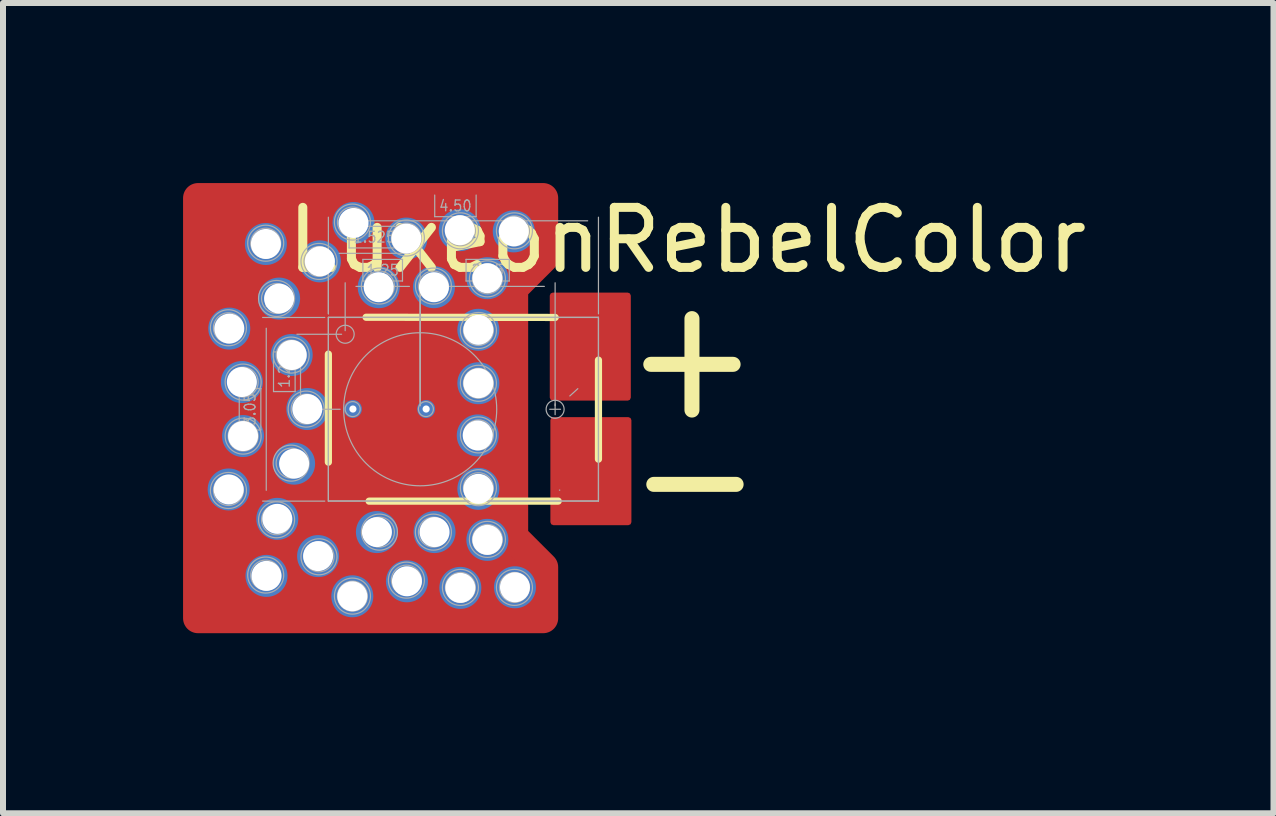
<source format=kicad_pcb>
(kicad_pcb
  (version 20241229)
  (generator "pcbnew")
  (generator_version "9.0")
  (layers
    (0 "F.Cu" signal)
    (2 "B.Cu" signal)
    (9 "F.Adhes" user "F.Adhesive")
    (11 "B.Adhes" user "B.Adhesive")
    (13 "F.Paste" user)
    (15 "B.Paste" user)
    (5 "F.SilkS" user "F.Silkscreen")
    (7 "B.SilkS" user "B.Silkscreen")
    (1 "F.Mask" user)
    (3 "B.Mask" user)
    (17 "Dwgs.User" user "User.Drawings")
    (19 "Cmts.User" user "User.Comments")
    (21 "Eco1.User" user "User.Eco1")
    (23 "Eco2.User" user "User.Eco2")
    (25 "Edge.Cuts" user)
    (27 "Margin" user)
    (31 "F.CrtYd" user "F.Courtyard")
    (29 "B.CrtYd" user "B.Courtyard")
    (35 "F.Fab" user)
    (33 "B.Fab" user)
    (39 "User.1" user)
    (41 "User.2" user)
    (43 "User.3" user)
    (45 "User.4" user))
  (footprint "LuxeonRebelColor"
    (layer "F.Cu")
    (at 3.5 3.75)
    (property "Reference" "LuxeonRebelColor" (at 4.9 -2.8 0) (layer "F.SilkS") (effects (font (size 1 1) (thickness 0.15))))
    (attr through_hole)
    (fp_poly (pts (xy -3.25 -3.5) (xy -3.25 3.5) (xy 2.5 3.5) (xy 2.5 2.65) (xy 2 2.15) (xy 2 -2) (xy 2.5 -2.5) (xy 2.5 -3.5)) (stroke (width 0.5) (type solid)) (fill yes) (layer "F.Cu"))
    (fp_line (start -0.928 -0.939) (end -1.446 -1.456) (stroke (width 0.02) (type solid)) (layer "F.Mask"))
    (fp_line (start -0.928 0.971) (end -1.446 1.489) (stroke (width 0.02) (type solid)) (layer "F.Mask"))
    (fp_line (start -0.899 -0.559) (end -0.899 -0.868) (stroke (width 0.02) (type solid)) (layer "F.Mask"))
    (fp_line (start -0.899 0.591) (end -0.899 0.901) (stroke (width 0.02) (type solid)) (layer "F.Mask"))
    (fp_line (start -0.799 -0.459) (end -0.674 -0.459) (stroke (width 0.02) (type solid)) (layer "F.Mask"))
    (fp_line (start -0.674 0.491) (end -0.799 0.491) (stroke (width 0.02) (type solid)) (layer "F.Mask"))
    (fp_line (start -0.504 -1.363) (end -1.021 -1.881) (stroke (width 0.02) (type solid)) (layer "F.Mask"))
    (fp_line (start -0.504 1.396) (end -1.021 1.914) (stroke (width 0.02) (type solid)) (layer "F.Mask"))
    (fp_line (start -0.433 -1.334) (end 0.671 -1.334) (stroke (width 0.02) (type solid)) (layer "F.Mask"))
    (fp_line (start -0.433 1.366) (end 0.671 1.366) (stroke (width 0.02) (type solid)) (layer "F.Mask"))
    (fp_line (start 0.546 -0.459) (end 0.671 -0.459) (stroke (width 0.02) (type solid)) (layer "F.Mask"))
    (fp_line (start 0.671 0.491) (end 0.546 0.491) (stroke (width 0.02) (type solid)) (layer "F.Mask"))
    (fp_line (start 0.771 -1.234) (end 0.771 -0.559) (stroke (width 0.02) (type solid)) (layer "F.Mask"))
    (fp_line (start 0.771 0.591) (end 0.771 1.266) (stroke (width 0.02) (type solid)) (layer "F.Mask"))
    (fp_line (start 2.671 -0.336) (end 2.671 -1.236) (stroke (width 0.02) (type solid)) (layer "F.Mask"))
    (fp_line (start 2.671 0.366) (end 2.671 1.266) (stroke (width 0.02) (type solid)) (layer "F.Mask"))
    (fp_line (start 2.847 -1.366) (end 3.282 -1.802) (stroke (width 0.02) (type solid)) (layer "F.Mask"))
    (fp_line (start 2.847 1.396) (end 3.282 1.832) (stroke (width 0.02) (type solid)) (layer "F.Mask"))
    (fp_line (start 3.141 -0.236) (end 2.771 -0.236) (stroke (width 0.02) (type solid)) (layer "F.Mask"))
    (fp_line (start 3.141 0.266) (end 2.771 0.266) (stroke (width 0.02) (type solid)) (layer "F.Mask"))
    (fp_line (start 3.241 -0.871) (end 3.241 -0.336) (stroke (width 0.02) (type solid)) (layer "F.Mask"))
    (fp_line (start 3.241 0.901) (end 3.241 0.366) (stroke (width 0.02) (type solid)) (layer "F.Mask"))
    (fp_line (start 3.271 -0.941) (end 3.707 -1.377) (stroke (width 0.02) (type solid)) (layer "F.Mask"))
    (fp_line (start 3.271 0.971) (end 3.707 1.407) (stroke (width 0.02) (type solid)) (layer "F.Mask"))
    (fp_arc (start -1.469815 -1.558875) (mid -1.337503 -1.77238) (end -1.124058 -1.904788) (stroke (width 0.02) (type solid)) (layer "F.Mask"))
    (fp_arc (start -1.46974 1.591984) (mid -1.472322 1.537253) (end -1.445676 1.489377) (stroke (width 0.02) (type solid)) (layer "F.Mask"))
    (fp_arc (start -1.445692 -1.456507) (mid -1.472327 -1.504389) (end -1.469733 -1.559119) (stroke (width 0.02) (type solid)) (layer "F.Mask"))
    (fp_arc (start -1.124034 -1.904796) (mid -1.069303 -1.907375) (end -1.021428 -1.880727) (stroke (width 0.02) (type solid)) (layer "F.Mask"))
    (fp_arc (start -1.123814 1.937756) (mid -1.337321 1.805448) (end -1.469733 1.592005) (stroke (width 0.02) (type solid)) (layer "F.Mask"))
    (fp_arc (start -1.021447 1.913631) (mid -1.069328 1.940267) (end -1.124058 1.937674) (stroke (width 0.02) (type solid)) (layer "F.Mask"))
    (fp_arc (start -0.927807 -0.938598) (mid -0.90613 -0.906156) (end -0.898518 -0.867887) (stroke (width 0.02) (type solid)) (layer "F.Mask"))
    (fp_arc (start -0.898518 0.591418) (mid -0.869229 0.520707) (end -0.798518 0.491418) (stroke (width 0.02) (type solid)) (layer "F.Mask"))
    (fp_arc (start -0.898518 0.90077) (mid -0.906129 0.939039) (end -0.927805 0.971482) (stroke (width 0.02) (type solid)) (layer "F.Mask"))
    (fp_arc (start -0.798518 -0.458582) (mid -0.869229 -0.487871) (end -0.898518 -0.558582) (stroke (width 0.02) (type solid)) (layer "F.Mask"))
    (fp_arc (start -0.673518 -0.458582) (mid -0.337642 -0.319458) (end -0.198518 0.016418) (stroke (width 0.02) (type solid)) (layer "F.Mask"))
    (fp_arc (start -0.503569 1.395729) (mid -0.471127 1.374052) (end -0.432858 1.36644) (stroke (width 0.02) (type solid)) (layer "F.Mask"))
    (fp_arc (start -0.43286 -1.333554) (mid -0.471128 -1.341167) (end -0.50357 -1.362845) (stroke (width 0.02) (type solid)) (layer "F.Mask"))
    (fp_arc (start -0.198518 0.016418) (mid -0.337642 0.352294) (end -0.673518 0.491418) (stroke (width 0.02) (type solid)) (layer "F.Mask"))
    (fp_arc (start 0.071482 0.016418) (mid 0.210606 -0.319458) (end 0.546482 -0.458582) (stroke (width 0.02) (type solid)) (layer "F.Mask"))
    (fp_arc (start 0.546482 0.491418) (mid 0.210606 0.352294) (end 0.071482 0.016418) (stroke (width 0.02) (type solid)) (layer "F.Mask"))
    (fp_arc (start 0.671481 -1.333554) (mid 0.742192 -1.304265) (end 0.771481 -1.233554) (stroke (width 0.02) (type solid)) (layer "F.Mask"))
    (fp_arc (start 0.671482 0.491418) (mid 0.742193 0.520707) (end 0.771482 0.591418) (stroke (width 0.02) (type solid)) (layer "F.Mask"))
    (fp_arc (start 0.771481 -0.558582) (mid 0.742192 -0.487871) (end 0.671481 -0.458582) (stroke (width 0.02) (type solid)) (layer "F.Mask"))
    (fp_arc (start 0.771481 1.26644) (mid 0.742192 1.337151) (end 0.671481 1.36644) (stroke (width 0.02) (type solid)) (layer "F.Mask"))
    (fp_arc (start 2.671478 -1.23639) (mid 2.700767 -1.307101) (end 2.771478 -1.33639) (stroke (width 0.02) (type solid)) (layer "F.Mask"))
    (fp_arc (start 2.671478 0.366392) (mid 2.700767 0.295681) (end 2.771478 0.266392) (stroke (width 0.02) (type solid)) (layer "F.Mask"))
    (fp_arc (start 2.771478 -0.236392) (mid 2.700767 -0.265681) (end 2.671478 -0.336392) (stroke (width 0.02) (type solid)) (layer "F.Mask"))
    (fp_arc (start 2.771478 1.36639) (mid 2.700767 1.337101) (end 2.671478 1.26639) (stroke (width 0.02) (type solid)) (layer "F.Mask"))
    (fp_arc (start 2.775824 1.36639) (mid 2.814092 1.374003) (end 2.846534 1.395681) (stroke (width 0.02) (type solid)) (layer "F.Mask"))
    (fp_arc (start 2.846534 -1.365681) (mid 2.814092 -1.344003) (end 2.775824 -1.33639) (stroke (width 0.02) (type solid)) (layer "F.Mask"))
    (fp_arc (start 3.141479 0.266392) (mid 3.21219 0.295681) (end 3.241479 0.366392) (stroke (width 0.02) (type solid)) (layer "F.Mask"))
    (fp_arc (start 3.241479 -0.336392) (mid 3.21219 -0.265681) (end 3.141479 -0.236392) (stroke (width 0.02) (type solid)) (layer "F.Mask"))
    (fp_arc (start 3.241481 -0.870722) (mid 3.249093 -0.90899) (end 3.27077 -0.941433) (stroke (width 0.02) (type solid)) (layer "F.Mask"))
    (fp_arc (start 3.27077 0.971433) (mid 3.249093 0.938991) (end 3.241481 0.900722) (stroke (width 0.02) (type solid)) (layer "F.Mask"))
    (fp_arc (start 3.282453 -1.80162) (mid 3.323259 -1.826334) (end 3.370871 -1.829331) (stroke (width 0.02) (type solid)) (layer "F.Mask"))
    (fp_arc (start 3.37079 -1.829346) (mid 3.609676 -1.704585) (end 3.734426 -1.465694) (stroke (width 0.02) (type solid)) (layer "F.Mask"))
    (fp_arc (start 3.370871 1.859331) (mid 3.323259 1.856334) (end 3.282453 1.83162) (stroke (width 0.02) (type solid)) (layer "F.Mask"))
    (fp_arc (start 3.706637 1.407321) (mid 3.731385 1.448106) (end 3.734421 1.495716) (stroke (width 0.02) (type solid)) (layer "F.Mask"))
    (fp_arc (start 3.734421 -1.465716) (mid 3.731385 -1.418106) (end 3.706637 -1.377321) (stroke (width 0.02) (type solid)) (layer "F.Mask"))
    (fp_arc (start 3.734426 1.495694) (mid 3.609676 1.734586) (end 3.37079 1.859346) (stroke (width 0.02) (type solid)) (layer "F.Mask"))
    (fp_poly (pts (xy 2.67 0.425) (xy 2.67 0.35) (xy 2.695 0.3) (xy 2.745 0.275) (xy 3.17 0.275) (xy 3.22 0.3) (xy 3.236 0.366) (xy 3.245 0.95) (xy 3.72 1.425) (xy 3.729 1.496) (xy 3.645 1.7) (xy 3.52 1.8) (xy 3.42 1.85) (xy 3.32 1.85) (xy 3.145 1.7) (xy 2.82 1.375) (xy 2.766 1.366) (xy 2.72 1.35) (xy 2.67 1.3)) (stroke (width 0.01) (type solid)) (fill yes) (layer "F.Mask"))
    (fp_poly (pts (xy 2.675 -0.39) (xy 2.675 -0.315) (xy 2.7 -0.265) (xy 2.75 -0.24) (xy 3.175 -0.24) (xy 3.225 -0.265) (xy 3.241 -0.331) (xy 3.25 -0.915) (xy 3.725 -1.39) (xy 3.734 -1.461) (xy 3.65 -1.665) (xy 3.525 -1.765) (xy 3.425 -1.815) (xy 3.325 -1.815) (xy 3.15 -1.665) (xy 2.825 -1.34) (xy 2.771 -1.331) (xy 2.725 -1.315) (xy 2.675 -1.265)) (stroke (width 0.01) (type solid)) (fill yes) (layer "F.Mask"))
    (fp_poly (pts (xy 0.76 -0.565) (xy 0.76 -1.255) (xy 0.73 -1.305) (xy 0.66 -1.325) (xy -0.45 -1.325) (xy -0.51 -1.355) (xy -1.04 -1.885) (xy -1.08 -1.905) (xy -1.15 -1.885) (xy -1.25 -1.835) (xy -1.37 -1.725) (xy -1.44 -1.605) (xy -1.47 -1.535) (xy -1.45 -1.475) (xy -0.91 -0.935) (xy -0.89 -0.895) (xy -0.89 -0.545) (xy -0.87 -0.505) (xy -0.84 -0.475) (xy -0.78 -0.465) (xy -0.63 -0.465) (xy -0.51 -0.445) (xy -0.4 -0.385) (xy -0.29 -0.285) (xy -0.22 -0.165) (xy -0.2 -0.075) (xy -0.19 0.015) (xy -0.2 0.125) (xy -0.24 0.235) (xy -0.34 0.375) (xy -0.47 0.455) (xy -0.57 0.495) (xy -0.7 0.505) (xy -0.82 0.505) (xy -0.86 0.525) (xy -0.88 0.555) (xy -0.89 0.635) (xy -0.89 0.905) (xy -0.9 0.955) (xy -1.45 1.515) (xy -1.46 1.555) (xy -1.45 1.605) (xy -1.39 1.725) (xy -1.28 1.845) (xy -1.13 1.925) (xy -1.07 1.935) (xy -1.02 1.895) (xy -0.5 1.375) (xy -0.44 1.355) (xy 0.69 1.355) (xy 0.73 1.335) (xy 0.76 1.285) (xy 0.76 0.575) (xy 0.74 0.525) (xy 0.7 0.505) (xy 0.46 0.495) (xy 0.36 0.465) (xy 0.26 0.415) (xy 0.17 0.325) (xy 0.11 0.225) (xy 0.07 0.125) (xy 0.06 0.045) (xy 0.06 -0.035) (xy 0.09 -0.165) (xy 0.15 -0.265) (xy 0.24 -0.365) (xy 0.33 -0.415) (xy 0.43 -0.455) (xy 0.54 -0.475) (xy 0.69 -0.465) (xy 0.74 -0.495) (xy 0.76 -0.545)) (stroke (width 0.03) (type solid)) (fill yes) (layer "F.Mask"))
    (fp_line (start -1.079 0.9) (end -1.079 -0.9) (stroke (width 0.12) (type solid)) (layer "F.SilkS"))
    (fp_line (start -0.45 -1.514) (end 2.7 -1.511) (stroke (width 0.12) (type solid)) (layer "F.SilkS"))
    (fp_line (start 2.75 1.549) (end -0.4 1.55) (stroke (width 0.12) (type solid)) (layer "F.SilkS"))
    (fp_line (start 3.421 -0.8) (end 3.421 0.85) (stroke (width 0.12) (type solid)) (layer "F.SilkS"))
    (fp_line (start -2.564 -0.326) (end -2.564 0.364) (stroke (width 0.02) (type solid)) (layer "F.Fab"))
    (fp_line (start -2.564 0.364) (end -2.204 0.364) (stroke (width 0.02) (type solid)) (layer "F.Fab"))
    (fp_line (start -2.204 -0.326) (end -2.564 -0.326) (stroke (width 0.02) (type solid)) (layer "F.Fab"))
    (fp_line (start -2.204 0.364) (end -2.204 -0.326) (stroke (width 0.02) (type solid)) (layer "F.Fab"))
    (fp_line (start -2.114 -1.691) (end -2.114 -1.882) (stroke (width 0.02) (type solid)) (layer "F.Fab"))
    (fp_line (start -2.114 1.369) (end -2.114 -1.331) (stroke (width 0.02) (type solid)) (layer "F.Fab"))
    (fp_line (start -2.027 -2.676) (end -2.219 -2.82) (stroke (width 0.02) (type solid)) (layer "F.Fab"))
    (fp_line (start -1.993 -0.936) (end -1.993 -0.276) (stroke (width 0.02) (type solid)) (layer "F.Fab"))
    (fp_line (start -1.993 -0.276) (end -1.633 -0.276) (stroke (width 0.02) (type solid)) (layer "F.Fab"))
    (fp_line (start -1.633 -0.936) (end -1.993 -0.936) (stroke (width 0.02) (type solid)) (layer "F.Fab"))
    (fp_line (start -1.633 -0.276) (end -1.633 -0.936) (stroke (width 0.02) (type solid)) (layer "F.Fab"))
    (fp_line (start -1.543 -0.161) (end -1.543 -1.051) (stroke (width 0.02) (type solid)) (layer "F.Fab"))
    (fp_line (start -1.139 -1.511) (end -2.174 -1.511) (stroke (width 0.02) (type solid)) (layer "F.Fab"))
    (fp_line (start -1.139 1.549) (end -2.174 1.549) (stroke (width 0.02) (type solid)) (layer "F.Fab"))
    (fp_line (start -1.079 -1.571) (end -1.079 -3.181) (stroke (width 0.02) (type solid)) (layer "F.Fab"))
    (fp_line (start -1.079 -1.571) (end -1.079 -2.639) (stroke (width 0.02) (type solid)) (layer "F.Fab"))
    (fp_line (start -1.079 -1.514) (end 3.421 -1.514) (stroke (width 0.02) (type solid)) (layer "F.Fab"))
    (fp_line (start -1.079 -1.511) (end 3.421 -1.511) (stroke (width 0.02) (type solid)) (layer "F.Fab"))
    (fp_line (start -1.079 1.546) (end -1.079 -1.514) (stroke (width 0.02) (type solid)) (layer "F.Fab"))
    (fp_line (start -1.079 1.549) (end -1.079 -1.511) (stroke (width 0.02) (type solid)) (layer "F.Fab"))
    (fp_line (start -0.899 -3.121) (end 3.241 -3.121) (stroke (width 0.02) (type solid)) (layer "F.Fab"))
    (fp_line (start -0.899 -2.579) (end 0.271 -2.579) (stroke (width 0.02) (type solid)) (layer "F.Fab"))
    (fp_line (start -0.884 0.019) (end -1.603 0.019) (stroke (width 0.02) (type solid)) (layer "F.Fab"))
    (fp_line (start -0.859 -1.231) (end -1.603 -1.231) (stroke (width 0.02) (type solid)) (layer "F.Fab"))
    (fp_line (start -0.799 -1.291) (end -0.799 -2.088) (stroke (width 0.02) (type solid)) (layer "F.Fab"))
    (fp_line (start -0.734 -3.029) (end -0.734 -2.669) (stroke (width 0.02) (type solid)) (layer "F.Fab"))
    (fp_line (start -0.734 -2.669) (end 0.106 -2.669) (stroke (width 0.02) (type solid)) (layer "F.Fab"))
    (fp_line (start -0.504 -2.478) (end -0.504 -2.118) (stroke (width 0.02) (type solid)) (layer "F.Fab"))
    (fp_line (start -0.504 -2.118) (end 0.156 -2.118) (stroke (width 0.02) (type solid)) (layer "F.Fab"))
    (fp_line (start 0.106 -3.029) (end -0.734 -3.029) (stroke (width 0.02) (type solid)) (layer "F.Fab"))
    (fp_line (start 0.106 -2.669) (end 0.106 -3.029) (stroke (width 0.02) (type solid)) (layer "F.Fab"))
    (fp_line (start 0.156 -2.478) (end -0.504 -2.478) (stroke (width 0.02) (type solid)) (layer "F.Fab"))
    (fp_line (start 0.156 -2.118) (end 0.156 -2.478) (stroke (width 0.02) (type solid)) (layer "F.Fab"))
    (fp_line (start 0.271 -2.028) (end -0.619 -2.028) (stroke (width 0.02) (type solid)) (layer "F.Fab"))
    (fp_line (start 0.451 -0.101) (end 0.451 -2.088) (stroke (width 0.02) (type solid)) (layer "F.Fab"))
    (fp_line (start 0.451 -0.041) (end 0.451 -2.639) (stroke (width 0.02) (type solid)) (layer "F.Fab"))
    (fp_line (start 0.451 -0.041) (end 0.451 -2.088) (stroke (width 0.02) (type solid)) (layer "F.Fab"))
    (fp_line (start 0.631 -2.028) (end 2.519 -2.028) (stroke (width 0.02) (type solid)) (layer "F.Fab"))
    (fp_line (start 0.693 -3.55) (end 0.693 -3.19) (stroke (width 0.02) (type solid)) (layer "F.Fab"))
    (fp_line (start 0.693 -3.19) (end 1.383 -3.19) (stroke (width 0.02) (type solid)) (layer "F.Fab"))
    (fp_line (start 1.215 -2.478) (end 1.215 -2.118) (stroke (width 0.02) (type solid)) (layer "F.Fab"))
    (fp_line (start 1.215 -2.118) (end 1.935 -2.118) (stroke (width 0.02) (type solid)) (layer "F.Fab"))
    (fp_line (start 1.383 -3.19) (end 1.383 -3.55) (stroke (width 0.02) (type solid)) (layer "F.Fab"))
    (fp_line (start 1.935 -2.478) (end 1.215 -2.478) (stroke (width 0.02) (type solid)) (layer "F.Fab"))
    (fp_line (start 1.935 -2.118) (end 1.935 -2.478) (stroke (width 0.02) (type solid)) (layer "F.Fab"))
    (fp_line (start 2.609 0.019) (end 2.789 0.019) (stroke (width 0.02) (type solid)) (layer "F.Fab"))
    (fp_line (start 2.699 -0.041) (end 2.699 -2.088) (stroke (width 0.02) (type solid)) (layer "F.Fab"))
    (fp_line (start 2.699 0.109) (end 2.699 -0.071) (stroke (width 0.02) (type solid)) (layer "F.Fab"))
    (fp_line (start 2.771 1.366) (end 2.776 1.366) (stroke (width 0.02) (type solid)) (layer "F.Fab"))
    (fp_line (start 2.944 -0.203) (end 3.077 -0.324) (stroke (width 0.02) (type solid)) (layer "F.Fab"))
    (fp_line (start 3.421 -1.571) (end 3.421 -3.181) (stroke (width 0.02) (type solid)) (layer "F.Fab"))
    (fp_line (start 3.421 -1.514) (end 3.421 1.546) (stroke (width 0.02) (type solid)) (layer "F.Fab"))
    (fp_line (start 3.421 -1.511) (end 3.421 1.549) (stroke (width 0.02) (type solid)) (layer "F.Fab"))
    (fp_line (start 3.421 1.546) (end -1.079 1.546) (stroke (width 0.02) (type solid)) (layer "F.Fab"))
    (fp_line (start 3.421 1.549) (end -1.079 1.549) (stroke (width 0.02) (type solid)) (layer "F.Fab"))
    (fp_circle (center -2.744 -1.339) (end -2.494 -1.339) (stroke (width 0.02) (type solid)) (fill no) (layer "F.Fab"))
    (fp_circle (center -2.744 -1.339) (end -2.444 -1.339) (stroke (width 0.02) (type solid)) (fill no) (layer "F.Fab"))
    (fp_circle (center -2.744 1.372) (end -2.494 1.372) (stroke (width 0.02) (type solid)) (fill no) (layer "F.Fab"))
    (fp_circle (center -2.744 1.372) (end -2.444 1.372) (stroke (width 0.02) (type solid)) (fill no) (layer "F.Fab"))
    (fp_circle (center -2.499 -0.434) (end -2.249 -0.434) (stroke (width 0.02) (type solid)) (fill no) (layer "F.Fab"))
    (fp_circle (center -2.499 -0.434) (end -2.199 -0.434) (stroke (width 0.02) (type solid)) (fill no) (layer "F.Fab"))
    (fp_circle (center -2.499 0.466) (end -2.249 0.466) (stroke (width 0.02) (type solid)) (fill no) (layer "F.Fab"))
    (fp_circle (center -2.499 0.466) (end -2.199 0.466) (stroke (width 0.02) (type solid)) (fill no) (layer "F.Fab"))
    (fp_circle (center -2.123 -2.748) (end -1.873 -2.748) (stroke (width 0.02) (type solid)) (fill no) (layer "F.Fab"))
    (fp_circle (center -2.123 -2.748) (end -1.823 -2.748) (stroke (width 0.02) (type solid)) (fill no) (layer "F.Fab"))
    (fp_circle (center -2.123 2.781) (end -1.873 2.781) (stroke (width 0.02) (type solid)) (fill no) (layer "F.Fab"))
    (fp_circle (center -2.123 2.781) (end -1.823 2.781) (stroke (width 0.02) (type solid)) (fill no) (layer "F.Fab"))
    (fp_circle (center -1.942 -1.827) (end -1.692 -1.827) (stroke (width 0.02) (type solid)) (fill no) (layer "F.Fab"))
    (fp_circle (center -1.942 -1.827) (end -1.642 -1.827) (stroke (width 0.02) (type solid)) (fill no) (layer "F.Fab"))
    (fp_circle (center -1.942 1.86) (end -1.692 1.86) (stroke (width 0.02) (type solid)) (fill no) (layer "F.Fab"))
    (fp_circle (center -1.942 1.86) (end -1.642 1.86) (stroke (width 0.02) (type solid)) (fill no) (layer "F.Fab"))
    (fp_circle (center -1.699 -0.884) (end -1.449 -0.884) (stroke (width 0.02) (type solid)) (fill no) (layer "F.Fab"))
    (fp_circle (center -1.699 -0.884) (end -1.399 -0.884) (stroke (width 0.02) (type solid)) (fill no) (layer "F.Fab"))
    (fp_circle (center -1.699 0.916) (end -1.449 0.916) (stroke (width 0.02) (type solid)) (fill no) (layer "F.Fab"))
    (fp_circle (center -1.699 0.916) (end -1.399 0.916) (stroke (width 0.02) (type solid)) (fill no) (layer "F.Fab"))
    (fp_circle (center -1.449 0.016) (end -1.199 0.016) (stroke (width 0.02) (type solid)) (fill no) (layer "F.Fab"))
    (fp_circle (center -1.449 0.016) (end -1.149 0.016) (stroke (width 0.02) (type solid)) (fill no) (layer "F.Fab"))
    (fp_circle (center -1.235 -2.444) (end -0.985 -2.444) (stroke (width 0.02) (type solid)) (fill no) (layer "F.Fab"))
    (fp_circle (center -1.235 -2.444) (end -0.935 -2.444) (stroke (width 0.02) (type solid)) (fill no) (layer "F.Fab"))
    (fp_circle (center -1.235 2.477) (end -0.985 2.477) (stroke (width 0.02) (type solid)) (fill no) (layer "F.Fab"))
    (fp_circle (center -1.235 2.477) (end -0.935 2.477) (stroke (width 0.02) (type solid)) (fill no) (layer "F.Fab"))
    (fp_circle (center -0.799 -1.231) (end -0.649 -1.231) (stroke (width 0.02) (type solid)) (fill no) (layer "F.Fab"))
    (fp_circle (center -0.678 -3.1) (end -0.428 -3.1) (stroke (width 0.02) (type solid)) (fill no) (layer "F.Fab"))
    (fp_circle (center -0.678 -3.1) (end -0.378 -3.1) (stroke (width 0.02) (type solid)) (fill no) (layer "F.Fab"))
    (fp_circle (center -0.678 3.132) (end -0.428 3.132) (stroke (width 0.02) (type solid)) (fill no) (layer "F.Fab"))
    (fp_circle (center -0.678 3.132) (end -0.378 3.132) (stroke (width 0.02) (type solid)) (fill no) (layer "F.Fab"))
    (fp_circle (center -0.674 0.016) (end -0.549 0.016) (stroke (width 0.02) (type solid)) (fill no) (layer "F.Fab"))
    (fp_circle (center -0.229 -2.034) (end 0.021 -2.034) (stroke (width 0.02) (type solid)) (fill no) (layer "F.Fab"))
    (fp_circle (center -0.229 -2.034) (end 0.071 -2.034) (stroke (width 0.02) (type solid)) (fill no) (layer "F.Fab"))
    (fp_circle (center -0.229 2.066) (end 0.021 2.066) (stroke (width 0.02) (type solid)) (fill no) (layer "F.Fab"))
    (fp_circle (center -0.229 2.066) (end 0.071 2.066) (stroke (width 0.02) (type solid)) (fill no) (layer "F.Fab"))
    (fp_circle (center 0.221 -2.834) (end 0.471 -2.834) (stroke (width 0.02) (type solid)) (fill no) (layer "F.Fab"))
    (fp_circle (center 0.221 -2.834) (end 0.521 -2.834) (stroke (width 0.02) (type solid)) (fill no) (layer "F.Fab"))
    (fp_circle (center 0.221 2.866) (end 0.471 2.866) (stroke (width 0.02) (type solid)) (fill no) (layer "F.Fab"))
    (fp_circle (center 0.221 2.866) (end 0.521 2.866) (stroke (width 0.02) (type solid)) (fill no) (layer "F.Fab"))
    (fp_circle (center 0.451 0.019) (end 1.726 0.019) (stroke (width 0.02) (type solid)) (fill no) (layer "F.Fab"))
    (fp_circle (center 0.546 0.016) (end 0.671 0.016) (stroke (width 0.02) (type solid)) (fill no) (layer "F.Fab"))
    (fp_circle (center 0.671 -2.034) (end 0.921 -2.034) (stroke (width 0.02) (type solid)) (fill no) (layer "F.Fab"))
    (fp_circle (center 0.671 -2.034) (end 0.971 -2.034) (stroke (width 0.02) (type solid)) (fill no) (layer "F.Fab"))
    (fp_circle (center 0.671 2.066) (end 0.921 2.066) (stroke (width 0.02) (type solid)) (fill no) (layer "F.Fab"))
    (fp_circle (center 0.671 2.066) (end 0.971 2.066) (stroke (width 0.02) (type solid)) (fill no) (layer "F.Fab"))
    (fp_circle (center 1.121 -2.954) (end 1.371 -2.954) (stroke (width 0.02) (type solid)) (fill no) (layer "F.Fab"))
    (fp_circle (center 1.121 -2.954) (end 1.421 -2.954) (stroke (width 0.02) (type solid)) (fill no) (layer "F.Fab"))
    (fp_circle (center 1.121 2.987) (end 1.371 2.987) (stroke (width 0.02) (type solid)) (fill no) (layer "F.Fab"))
    (fp_circle (center 1.121 2.987) (end 1.421 2.987) (stroke (width 0.02) (type solid)) (fill no) (layer "F.Fab"))
    (fp_circle (center 1.421 -1.294) (end 1.671 -1.294) (stroke (width 0.02) (type solid)) (fill no) (layer "F.Fab"))
    (fp_circle (center 1.421 -1.294) (end 1.721 -1.294) (stroke (width 0.02) (type solid)) (fill no) (layer "F.Fab"))
    (fp_circle (center 1.421 -0.414) (end 1.671 -0.414) (stroke (width 0.02) (type solid)) (fill no) (layer "F.Fab"))
    (fp_circle (center 1.421 -0.414) (end 1.721 -0.414) (stroke (width 0.02) (type solid)) (fill no) (layer "F.Fab"))
    (fp_circle (center 1.421 0.446) (end 1.671 0.446) (stroke (width 0.02) (type solid)) (fill no) (layer "F.Fab"))
    (fp_circle (center 1.421 0.446) (end 1.721 0.446) (stroke (width 0.02) (type solid)) (fill no) (layer "F.Fab"))
    (fp_circle (center 1.421 1.326) (end 1.671 1.326) (stroke (width 0.02) (type solid)) (fill no) (layer "F.Fab"))
    (fp_circle (center 1.421 1.326) (end 1.721 1.326) (stroke (width 0.02) (type solid)) (fill no) (layer "F.Fab"))
    (fp_circle (center 1.571 -2.154) (end 1.821 -2.154) (stroke (width 0.02) (type solid)) (fill no) (layer "F.Fab"))
    (fp_circle (center 1.571 -2.154) (end 1.871 -2.154) (stroke (width 0.02) (type solid)) (fill no) (layer "F.Fab"))
    (fp_circle (center 1.571 2.187) (end 1.821 2.187) (stroke (width 0.02) (type solid)) (fill no) (layer "F.Fab"))
    (fp_circle (center 1.571 2.187) (end 1.871 2.187) (stroke (width 0.02) (type solid)) (fill no) (layer "F.Fab"))
    (fp_circle (center 2.021 -2.954) (end 2.271 -2.954) (stroke (width 0.02) (type solid)) (fill no) (layer "F.Fab"))
    (fp_circle (center 2.021 -2.954) (end 2.321 -2.954) (stroke (width 0.02) (type solid)) (fill no) (layer "F.Fab"))
    (fp_circle (center 2.021 2.987) (end 2.271 2.987) (stroke (width 0.02) (type solid)) (fill no) (layer "F.Fab"))
    (fp_circle (center 2.021 2.987) (end 2.321 2.987) (stroke (width 0.02) (type solid)) (fill no) (layer "F.Fab"))
    (fp_circle (center 2.699 0.019) (end 2.849 0.019) (stroke (width 0.02) (type solid)) (fill no) (layer "F.Fab"))
    (fp_text user "-" (at 3.75 -0.05 0) (layer "F.SilkS") (effects (font (size 2 1.8) (thickness 0.25)) (justify left top)))
    (fp_text user "+" (at 3.7 -2.05 0) (layer "F.SilkS") (effects (font (size 2 1.8) (thickness 0.25)) (justify left top)))
    (fp_text user "3.05" (at -2.384 0.019 90) (layer "F.Fab") (effects (font (size 0.18 0.162) (thickness 0.022))))
    (fp_text user "1.25" (at -0.174 -2.298 0) (layer "F.Fab") (effects (font (size 0.18 0.162) (thickness 0.022))))
    (fp_text user "2.25" (at 1.575 -2.298 0) (layer "F.Fab") (effects (font (size 0.18 0.162) (thickness 0.022))))
    (fp_text user "1.25" (at -1.813 -0.606 90) (layer "F.Fab") (effects (font (size 0.18 0.162) (thickness 0.022))))
    (fp_text user "1.525" (at -0.314 -2.849 0) (layer "F.Fab") (effects (font (size 0.18 0.162) (thickness 0.022))))
    (fp_text user "4.50" (at 1.038 -3.37 0) (layer "F.Fab") (effects (font (size 0.18 0.162) (thickness 0.022))))
    (pad "1" smd custom (at 3.62 0.65) (size 0.7 0.7) (layers "F.Cu" "F.Paste") (options (anchor circle)) (primitives (gr_poly (pts (xy -0.95 -0.45) (xy -0.95 1.25) (xy 0.3 1.25) (xy 0.3 -0.45)) (width 0.1) (fill yes))))
    (pad "2" smd custom (at 3.61 -1.425) (size 0.7 0.7) (layers "F.Cu" "F.Paste") (options (anchor circle)) (primitives (gr_poly (pts (xy -0.95 -0.45) (xy -0.95 1.25) (xy 0.3 1.25) (xy 0.3 -0.45)) (width 0.1) (fill yes))))
    (pad "3" thru_hole circle (at -2.74 1.355) (size 0.7 0.7) (drill 0.5) (layers "*.Cu"))
    (pad "3" thru_hole circle (at -2.73 -1.325) (size 0.7 0.7) (drill 0.5) (layers "*.Cu"))
    (pad "3" thru_hole circle (at -2.52 -0.435) (size 0.7 0.7) (drill 0.5) (layers "*.Cu"))
    (pad "3" thru_hole circle (at -2.5 0.465) (size 0.7 0.7) (drill 0.5) (layers "*.Cu"))
    (pad "3" thru_hole circle (at -2.12 -2.735) (size 0.7 0.7) (drill 0.5) (layers "*.Cu"))
    (pad "3" thru_hole circle (at -2.11 2.795) (size 0.7 0.7) (drill 0.5) (layers "*.Cu"))
    (pad "3" thru_hole circle (at -1.93 1.845) (size 0.7 0.7) (drill 0.5) (layers "*.Cu"))
    (pad "3" thru_hole circle (at -1.9 -1.825) (size 0.7 0.7) (drill 0.5) (layers "*.Cu"))
    (pad "3" thru_hole circle (at -1.69 -0.885) (size 0.7 0.7) (drill 0.5) (layers "*.Cu"))
    (pad "3" thru_hole circle (at -1.65 0.925) (size 0.7 0.7) (drill 0.5) (layers "*.Cu"))
    (pad "3" thru_hole circle (at -1.43 0.015) (size 0.7 0.7) (drill 0.5) (layers "*.Cu"))
    (pad "3" thru_hole circle (at -1.25 2.465) (size 0.7 0.7) (drill 0.5) (layers "*.Cu"))
    (pad "3" thru_hole circle (at -1.22 -2.445) (size 0.7 0.7) (drill 0.5) (layers "*.Cu"))
    (pad "3" thru_hole circle (at -0.68 3.135) (size 0.7 0.7) (drill 0.5) (layers "*.Cu"))
    (pad "3" thru_hole circle (at -0.67 0.015) (size 0.3 0.3) (drill 0.12) (layers "*.Cu"))
    (pad "3" thru_hole circle (at -0.66 -3.085) (size 0.7 0.7) (drill 0.5) (layers "*.Cu"))
    (pad "3" thru_hole circle (at -0.27 2.065) (size 0.7 0.7) (drill 0.5) (layers "*.Cu"))
    (pad "3" thru_hole circle (at -0.24 -2.015) (size 0.7 0.7) (drill 0.5) (layers "*.Cu"))
    (pad "3" thru_hole circle (at 0.22 -2.825) (size 0.7 0.7) (drill 0.5) (layers "*.Cu"))
    (pad "3" thru_hole circle (at 0.23 2.885) (size 0.7 0.7) (drill 0.5) (layers "*.Cu"))
    (pad "3" thru_hole circle (at 0.55 0.015) (size 0.3 0.3) (drill 0.12) (layers "*.Cu"))
    (pad "3" thru_hole circle (at 0.68 -2.015) (size 0.7 0.7) (drill 0.5) (layers "*.Cu"))
    (pad "3" thru_hole circle (at 0.69 2.065) (size 0.7 0.7) (drill 0.5) (layers "*.Cu"))
    (pad "3" thru_hole circle (at 1.11 -2.965) (size 0.7 0.7) (drill 0.5) (layers "*.Cu"))
    (pad "3" thru_hole circle (at 1.12 2.995) (size 0.7 0.7) (drill 0.5) (layers "*.Cu"))
    (pad "3" thru_hole circle (at 1.41 0.455) (size 0.7 0.7) (drill 0.5) (layers "*.Cu"))
    (pad "3" thru_hole circle (at 1.42 -1.305) (size 0.7 0.7) (drill 0.5) (layers "*.Cu"))
    (pad "3" thru_hole circle (at 1.42 -0.415) (size 0.7 0.7) (drill 0.5) (layers "*.Cu"))
    (pad "3" thru_hole circle (at 1.42 1.345) (size 0.7 0.7) (drill 0.5) (layers "*.Cu"))
    (pad "3" thru_hole circle (at 1.57 -2.165) (size 0.7 0.7) (drill 0.5) (layers "*.Cu"))
    (pad "3" thru_hole circle (at 1.57 2.195) (size 0.7 0.7) (drill 0.5) (layers "*.Cu"))
    (pad "3" thru_hole circle (at 2.01 -2.945) (size 0.7 0.7) (drill 0.5) (layers "*.Cu"))
    (pad "3" thru_hole circle (at 2.03 2.985) (size 0.7 0.7) (drill 0.5) (layers "*.Cu")))
  (gr_rect
    (start -3 -3)
    (end 18.168 10.5)
    (stroke (width 0.1) (type default))
    (fill no)
    (layer "Edge.Cuts")))
</source>
